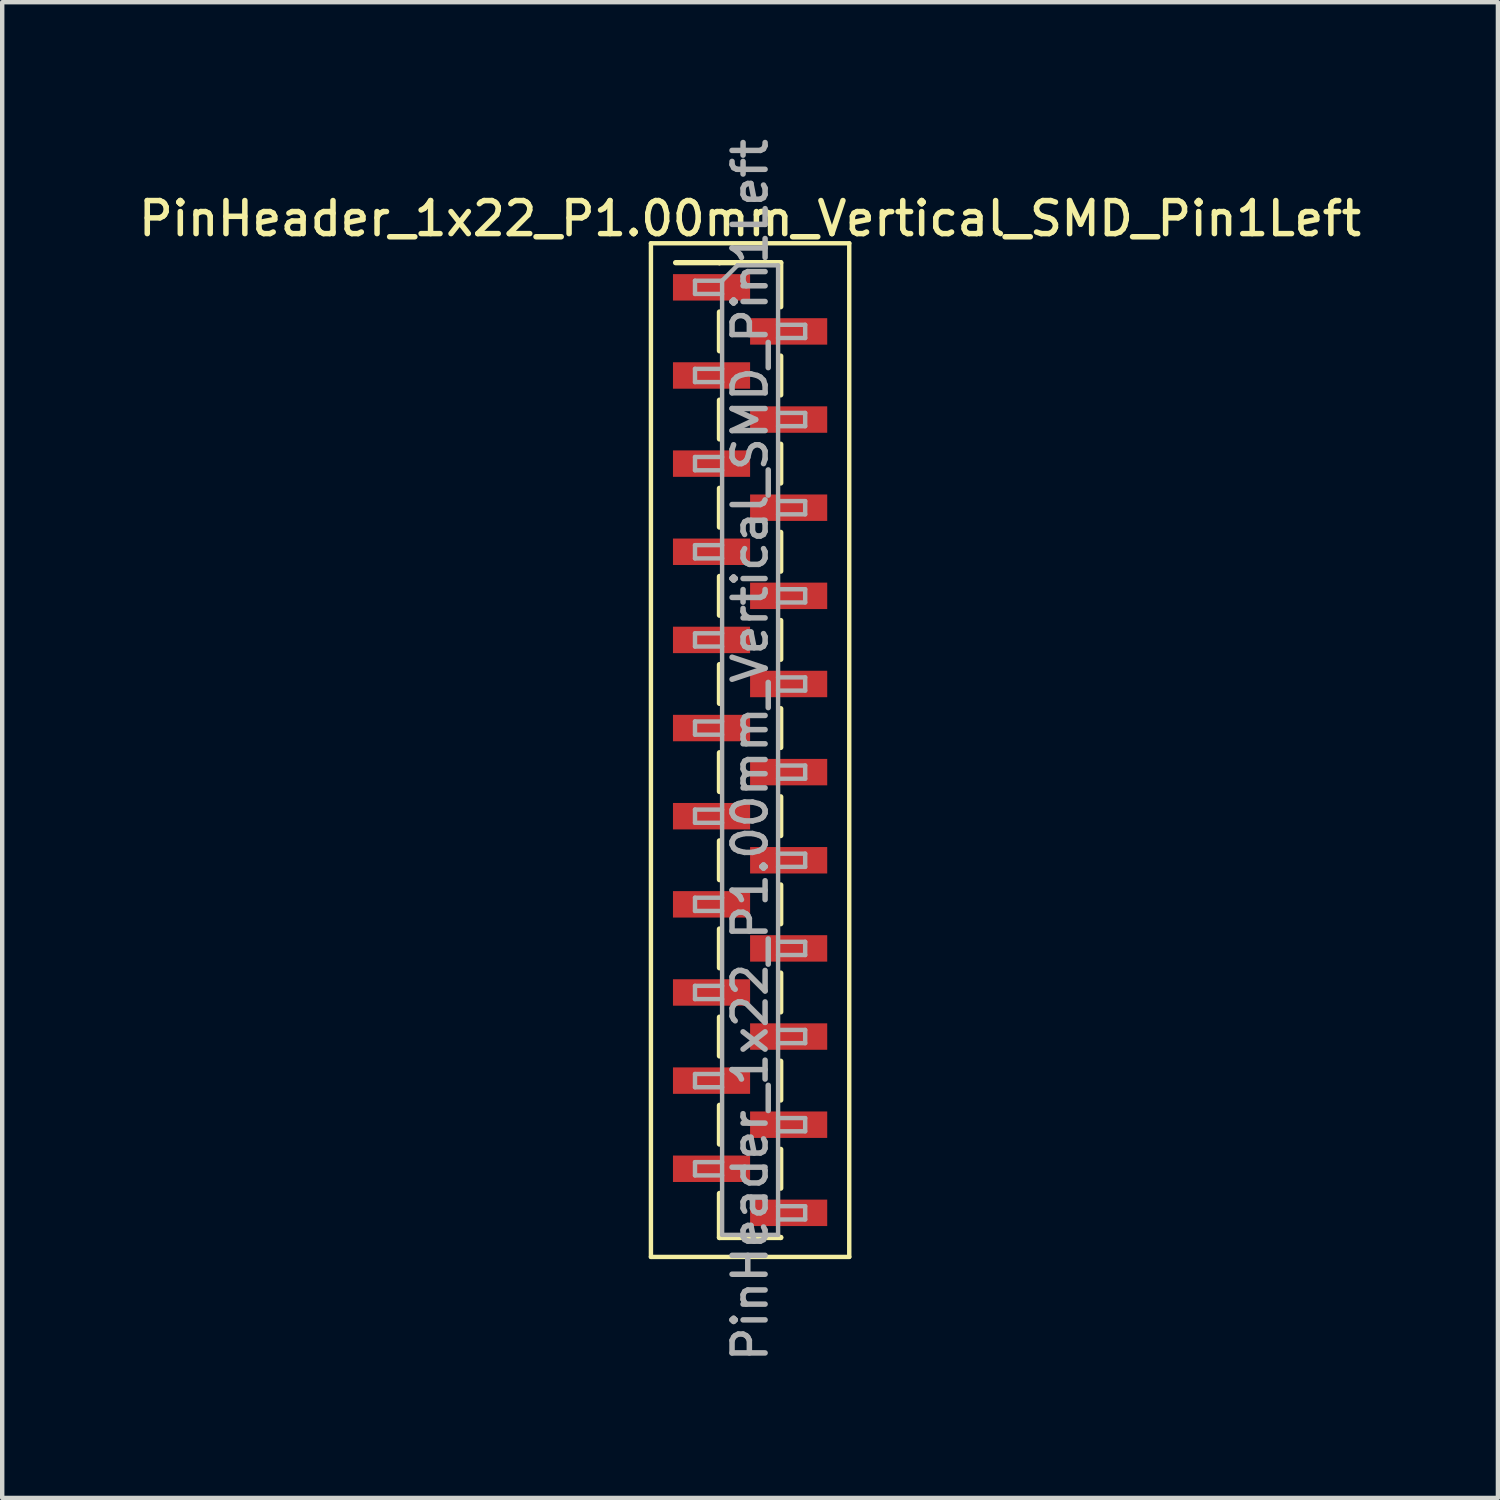
<source format=kicad_pcb>
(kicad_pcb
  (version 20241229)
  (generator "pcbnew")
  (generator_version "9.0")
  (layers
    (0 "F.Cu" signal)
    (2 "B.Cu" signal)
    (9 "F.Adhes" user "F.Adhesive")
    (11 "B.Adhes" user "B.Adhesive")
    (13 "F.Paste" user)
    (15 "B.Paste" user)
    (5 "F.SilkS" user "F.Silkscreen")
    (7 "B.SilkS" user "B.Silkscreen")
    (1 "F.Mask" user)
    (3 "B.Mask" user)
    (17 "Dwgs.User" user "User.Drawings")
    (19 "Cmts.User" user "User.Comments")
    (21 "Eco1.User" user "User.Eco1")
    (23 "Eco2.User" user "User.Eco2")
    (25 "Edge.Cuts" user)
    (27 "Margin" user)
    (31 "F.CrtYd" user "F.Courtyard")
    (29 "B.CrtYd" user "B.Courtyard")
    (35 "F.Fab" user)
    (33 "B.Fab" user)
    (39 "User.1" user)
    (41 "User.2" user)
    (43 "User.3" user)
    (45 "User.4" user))
  (footprint "PinHeader_1x22_P1.00mm_Vertical_SMD_Pin1Left"
    (layer "F.Cu")
    (at 13.97 13.97)
    (property "Reference" "PinHeader_1x22_P1.00mm_Vertical_SMD_Pin1Left" (at 0 -12.06 0) (layer "F.SilkS") (effects (font (size 0.75 0.75) (thickness 0.125))))
    (attr smd)
    (fp_line (start -2.25 -11.5) (end -2.25 11.5) (stroke (width 0.1) (type solid)) (layer "F.SilkS"))
    (fp_line (start -2.25 11.5) (end 2.25 11.5) (stroke (width 0.1) (type solid)) (layer "F.SilkS"))
    (fp_line (start -0.695 -11.06) (end -1.69 -11.06) (stroke (width 0.12) (type solid)) (layer "F.SilkS"))
    (fp_line (start -0.695 -11.06) (end -0.695 -11.06) (stroke (width 0.12) (type solid)) (layer "F.SilkS"))
    (fp_line (start -0.695 -11.06) (end 0.695 -11.06) (stroke (width 0.12) (type solid)) (layer "F.SilkS"))
    (fp_line (start -0.695 -9.94) (end -0.695 -9.06) (stroke (width 0.12) (type solid)) (layer "F.SilkS"))
    (fp_line (start -0.695 -7.94) (end -0.695 -7.06) (stroke (width 0.12) (type solid)) (layer "F.SilkS"))
    (fp_line (start -0.695 -5.94) (end -0.695 -5.06) (stroke (width 0.12) (type solid)) (layer "F.SilkS"))
    (fp_line (start -0.695 -3.94) (end -0.695 -3.06) (stroke (width 0.12) (type solid)) (layer "F.SilkS"))
    (fp_line (start -0.695 -1.94) (end -0.695 -1.06) (stroke (width 0.12) (type solid)) (layer "F.SilkS"))
    (fp_line (start -0.695 0.06) (end -0.695 0.94) (stroke (width 0.12) (type solid)) (layer "F.SilkS"))
    (fp_line (start -0.695 2.06) (end -0.695 2.94) (stroke (width 0.12) (type solid)) (layer "F.SilkS"))
    (fp_line (start -0.695 4.06) (end -0.695 4.94) (stroke (width 0.12) (type solid)) (layer "F.SilkS"))
    (fp_line (start -0.695 6.06) (end -0.695 6.94) (stroke (width 0.12) (type solid)) (layer "F.SilkS"))
    (fp_line (start -0.695 8.06) (end -0.695 8.94) (stroke (width 0.12) (type solid)) (layer "F.SilkS"))
    (fp_line (start -0.695 10.06) (end -0.695 11.06) (stroke (width 0.12) (type solid)) (layer "F.SilkS"))
    (fp_line (start -0.695 11.06) (end 0.695 11.06) (stroke (width 0.12) (type solid)) (layer "F.SilkS"))
    (fp_line (start 0.695 -11.06) (end 0.695 -10.06) (stroke (width 0.12) (type solid)) (layer "F.SilkS"))
    (fp_line (start 0.695 -8.94) (end 0.695 -8.06) (stroke (width 0.12) (type solid)) (layer "F.SilkS"))
    (fp_line (start 0.695 -6.94) (end 0.695 -6.06) (stroke (width 0.12) (type solid)) (layer "F.SilkS"))
    (fp_line (start 0.695 -4.94) (end 0.695 -4.06) (stroke (width 0.12) (type solid)) (layer "F.SilkS"))
    (fp_line (start 0.695 -2.94) (end 0.695 -2.06) (stroke (width 0.12) (type solid)) (layer "F.SilkS"))
    (fp_line (start 0.695 -0.94) (end 0.695 -0.06) (stroke (width 0.12) (type solid)) (layer "F.SilkS"))
    (fp_line (start 0.695 1.06) (end 0.695 1.94) (stroke (width 0.12) (type solid)) (layer "F.SilkS"))
    (fp_line (start 0.695 3.06) (end 0.695 3.94) (stroke (width 0.12) (type solid)) (layer "F.SilkS"))
    (fp_line (start 0.695 5.06) (end 0.695 5.94) (stroke (width 0.12) (type solid)) (layer "F.SilkS"))
    (fp_line (start 0.695 7.06) (end 0.695 7.94) (stroke (width 0.12) (type solid)) (layer "F.SilkS"))
    (fp_line (start 0.695 9.06) (end 0.695 9.94) (stroke (width 0.12) (type solid)) (layer "F.SilkS"))
    (fp_line (start 0.695 11.06) (end 0.695 11.06) (stroke (width 0.12) (type solid)) (layer "F.SilkS"))
    (fp_line (start 2.25 -11.5) (end -2.25 -11.5) (stroke (width 0.1) (type solid)) (layer "F.SilkS"))
    (fp_line (start 2.25 11.5) (end 2.25 -11.5) (stroke (width 0.1) (type solid)) (layer "F.SilkS"))
    (fp_line (start -1.25 -10.65) (end -1.25 -10.35) (stroke (width 0.1) (type solid)) (layer "F.Fab"))
    (fp_line (start -1.25 -10.35) (end -0.635 -10.35) (stroke (width 0.1) (type solid)) (layer "F.Fab"))
    (fp_line (start -1.25 -8.65) (end -1.25 -8.35) (stroke (width 0.1) (type solid)) (layer "F.Fab"))
    (fp_line (start -1.25 -8.35) (end -0.635 -8.35) (stroke (width 0.1) (type solid)) (layer "F.Fab"))
    (fp_line (start -1.25 -6.65) (end -1.25 -6.35) (stroke (width 0.1) (type solid)) (layer "F.Fab"))
    (fp_line (start -1.25 -6.35) (end -0.635 -6.35) (stroke (width 0.1) (type solid)) (layer "F.Fab"))
    (fp_line (start -1.25 -4.65) (end -1.25 -4.35) (stroke (width 0.1) (type solid)) (layer "F.Fab"))
    (fp_line (start -1.25 -4.35) (end -0.635 -4.35) (stroke (width 0.1) (type solid)) (layer "F.Fab"))
    (fp_line (start -1.25 -2.65) (end -1.25 -2.35) (stroke (width 0.1) (type solid)) (layer "F.Fab"))
    (fp_line (start -1.25 -2.35) (end -0.635 -2.35) (stroke (width 0.1) (type solid)) (layer "F.Fab"))
    (fp_line (start -1.25 -0.65) (end -1.25 -0.35) (stroke (width 0.1) (type solid)) (layer "F.Fab"))
    (fp_line (start -1.25 -0.35) (end -0.635 -0.35) (stroke (width 0.1) (type solid)) (layer "F.Fab"))
    (fp_line (start -1.25 1.35) (end -1.25 1.65) (stroke (width 0.1) (type solid)) (layer "F.Fab"))
    (fp_line (start -1.25 1.65) (end -0.635 1.65) (stroke (width 0.1) (type solid)) (layer "F.Fab"))
    (fp_line (start -1.25 3.35) (end -1.25 3.65) (stroke (width 0.1) (type solid)) (layer "F.Fab"))
    (fp_line (start -1.25 3.65) (end -0.635 3.65) (stroke (width 0.1) (type solid)) (layer "F.Fab"))
    (fp_line (start -1.25 5.35) (end -1.25 5.65) (stroke (width 0.1) (type solid)) (layer "F.Fab"))
    (fp_line (start -1.25 5.65) (end -0.635 5.65) (stroke (width 0.1) (type solid)) (layer "F.Fab"))
    (fp_line (start -1.25 7.35) (end -1.25 7.65) (stroke (width 0.1) (type solid)) (layer "F.Fab"))
    (fp_line (start -1.25 7.65) (end -0.635 7.65) (stroke (width 0.1) (type solid)) (layer "F.Fab"))
    (fp_line (start -1.25 9.35) (end -1.25 9.65) (stroke (width 0.1) (type solid)) (layer "F.Fab"))
    (fp_line (start -1.25 9.65) (end -0.635 9.65) (stroke (width 0.1) (type solid)) (layer "F.Fab"))
    (fp_line (start -0.635 -10.65) (end -1.25 -10.65) (stroke (width 0.1) (type solid)) (layer "F.Fab"))
    (fp_line (start -0.635 -10.65) (end -0.285 -11) (stroke (width 0.1) (type solid)) (layer "F.Fab"))
    (fp_line (start -0.635 -8.65) (end -1.25 -8.65) (stroke (width 0.1) (type solid)) (layer "F.Fab"))
    (fp_line (start -0.635 -6.65) (end -1.25 -6.65) (stroke (width 0.1) (type solid)) (layer "F.Fab"))
    (fp_line (start -0.635 -4.65) (end -1.25 -4.65) (stroke (width 0.1) (type solid)) (layer "F.Fab"))
    (fp_line (start -0.635 -2.65) (end -1.25 -2.65) (stroke (width 0.1) (type solid)) (layer "F.Fab"))
    (fp_line (start -0.635 -0.65) (end -1.25 -0.65) (stroke (width 0.1) (type solid)) (layer "F.Fab"))
    (fp_line (start -0.635 1.35) (end -1.25 1.35) (stroke (width 0.1) (type solid)) (layer "F.Fab"))
    (fp_line (start -0.635 3.35) (end -1.25 3.35) (stroke (width 0.1) (type solid)) (layer "F.Fab"))
    (fp_line (start -0.635 5.35) (end -1.25 5.35) (stroke (width 0.1) (type solid)) (layer "F.Fab"))
    (fp_line (start -0.635 7.35) (end -1.25 7.35) (stroke (width 0.1) (type solid)) (layer "F.Fab"))
    (fp_line (start -0.635 9.35) (end -1.25 9.35) (stroke (width 0.1) (type solid)) (layer "F.Fab"))
    (fp_line (start -0.635 11) (end -0.635 -10.65) (stroke (width 0.1) (type solid)) (layer "F.Fab"))
    (fp_line (start -0.285 -11) (end 0.635 -11) (stroke (width 0.1) (type solid)) (layer "F.Fab"))
    (fp_line (start 0.635 -11) (end 0.635 11) (stroke (width 0.1) (type solid)) (layer "F.Fab"))
    (fp_line (start 0.635 -9.65) (end 1.25 -9.65) (stroke (width 0.1) (type solid)) (layer "F.Fab"))
    (fp_line (start 0.635 -7.65) (end 1.25 -7.65) (stroke (width 0.1) (type solid)) (layer "F.Fab"))
    (fp_line (start 0.635 -5.65) (end 1.25 -5.65) (stroke (width 0.1) (type solid)) (layer "F.Fab"))
    (fp_line (start 0.635 -3.65) (end 1.25 -3.65) (stroke (width 0.1) (type solid)) (layer "F.Fab"))
    (fp_line (start 0.635 -1.65) (end 1.25 -1.65) (stroke (width 0.1) (type solid)) (layer "F.Fab"))
    (fp_line (start 0.635 0.35) (end 1.25 0.35) (stroke (width 0.1) (type solid)) (layer "F.Fab"))
    (fp_line (start 0.635 2.35) (end 1.25 2.35) (stroke (width 0.1) (type solid)) (layer "F.Fab"))
    (fp_line (start 0.635 4.35) (end 1.25 4.35) (stroke (width 0.1) (type solid)) (layer "F.Fab"))
    (fp_line (start 0.635 6.35) (end 1.25 6.35) (stroke (width 0.1) (type solid)) (layer "F.Fab"))
    (fp_line (start 0.635 8.35) (end 1.25 8.35) (stroke (width 0.1) (type solid)) (layer "F.Fab"))
    (fp_line (start 0.635 10.35) (end 1.25 10.35) (stroke (width 0.1) (type solid)) (layer "F.Fab"))
    (fp_line (start 0.635 11) (end -0.635 11) (stroke (width 0.1) (type solid)) (layer "F.Fab"))
    (fp_line (start 1.25 -9.65) (end 1.25 -9.35) (stroke (width 0.1) (type solid)) (layer "F.Fab"))
    (fp_line (start 1.25 -9.35) (end 0.635 -9.35) (stroke (width 0.1) (type solid)) (layer "F.Fab"))
    (fp_line (start 1.25 -7.65) (end 1.25 -7.35) (stroke (width 0.1) (type solid)) (layer "F.Fab"))
    (fp_line (start 1.25 -7.35) (end 0.635 -7.35) (stroke (width 0.1) (type solid)) (layer "F.Fab"))
    (fp_line (start 1.25 -5.65) (end 1.25 -5.35) (stroke (width 0.1) (type solid)) (layer "F.Fab"))
    (fp_line (start 1.25 -5.35) (end 0.635 -5.35) (stroke (width 0.1) (type solid)) (layer "F.Fab"))
    (fp_line (start 1.25 -3.65) (end 1.25 -3.35) (stroke (width 0.1) (type solid)) (layer "F.Fab"))
    (fp_line (start 1.25 -3.35) (end 0.635 -3.35) (stroke (width 0.1) (type solid)) (layer "F.Fab"))
    (fp_line (start 1.25 -1.65) (end 1.25 -1.35) (stroke (width 0.1) (type solid)) (layer "F.Fab"))
    (fp_line (start 1.25 -1.35) (end 0.635 -1.35) (stroke (width 0.1) (type solid)) (layer "F.Fab"))
    (fp_line (start 1.25 0.35) (end 1.25 0.65) (stroke (width 0.1) (type solid)) (layer "F.Fab"))
    (fp_line (start 1.25 0.65) (end 0.635 0.65) (stroke (width 0.1) (type solid)) (layer "F.Fab"))
    (fp_line (start 1.25 2.35) (end 1.25 2.65) (stroke (width 0.1) (type solid)) (layer "F.Fab"))
    (fp_line (start 1.25 2.65) (end 0.635 2.65) (stroke (width 0.1) (type solid)) (layer "F.Fab"))
    (fp_line (start 1.25 4.35) (end 1.25 4.65) (stroke (width 0.1) (type solid)) (layer "F.Fab"))
    (fp_line (start 1.25 4.65) (end 0.635 4.65) (stroke (width 0.1) (type solid)) (layer "F.Fab"))
    (fp_line (start 1.25 6.35) (end 1.25 6.65) (stroke (width 0.1) (type solid)) (layer "F.Fab"))
    (fp_line (start 1.25 6.65) (end 0.635 6.65) (stroke (width 0.1) (type solid)) (layer "F.Fab"))
    (fp_line (start 1.25 8.35) (end 1.25 8.65) (stroke (width 0.1) (type solid)) (layer "F.Fab"))
    (fp_line (start 1.25 8.65) (end 0.635 8.65) (stroke (width 0.1) (type solid)) (layer "F.Fab"))
    (fp_line (start 1.25 10.35) (end 1.25 10.65) (stroke (width 0.1) (type solid)) (layer "F.Fab"))
    (fp_line (start 1.25 10.65) (end 0.635 10.65) (stroke (width 0.1) (type solid)) (layer "F.Fab"))
    (fp_text user "${REFERENCE}" (at 0 0 90) (layer "F.Fab") (effects (font (size 0.75 0.75) (thickness 0.125))))
    (pad "1" smd rect (at -0.875 -10.5) (size 1.75 0.6) (layers "F.Cu" "F.Mask" "F.Paste"))
    (pad "2" smd rect (at 0.875 -9.5) (size 1.75 0.6) (layers "F.Cu" "F.Mask" "F.Paste"))
    (pad "3" smd rect (at -0.875 -8.5) (size 1.75 0.6) (layers "F.Cu" "F.Mask" "F.Paste"))
    (pad "4" smd rect (at 0.875 -7.5) (size 1.75 0.6) (layers "F.Cu" "F.Mask" "F.Paste"))
    (pad "5" smd rect (at -0.875 -6.5) (size 1.75 0.6) (layers "F.Cu" "F.Mask" "F.Paste"))
    (pad "6" smd rect (at 0.875 -5.5) (size 1.75 0.6) (layers "F.Cu" "F.Mask" "F.Paste"))
    (pad "7" smd rect (at -0.875 -4.5) (size 1.75 0.6) (layers "F.Cu" "F.Mask" "F.Paste"))
    (pad "8" smd rect (at 0.875 -3.5) (size 1.75 0.6) (layers "F.Cu" "F.Mask" "F.Paste"))
    (pad "9" smd rect (at -0.875 -2.5) (size 1.75 0.6) (layers "F.Cu" "F.Mask" "F.Paste"))
    (pad "10" smd rect (at 0.875 -1.5) (size 1.75 0.6) (layers "F.Cu" "F.Mask" "F.Paste"))
    (pad "11" smd rect (at -0.875 -0.5) (size 1.75 0.6) (layers "F.Cu" "F.Mask" "F.Paste"))
    (pad "12" smd rect (at 0.875 0.5) (size 1.75 0.6) (layers "F.Cu" "F.Mask" "F.Paste"))
    (pad "13" smd rect (at -0.875 1.5) (size 1.75 0.6) (layers "F.Cu" "F.Mask" "F.Paste"))
    (pad "14" smd rect (at 0.875 2.5) (size 1.75 0.6) (layers "F.Cu" "F.Mask" "F.Paste"))
    (pad "15" smd rect (at -0.875 3.5) (size 1.75 0.6) (layers "F.Cu" "F.Mask" "F.Paste"))
    (pad "16" smd rect (at 0.875 4.5) (size 1.75 0.6) (layers "F.Cu" "F.Mask" "F.Paste"))
    (pad "17" smd rect (at -0.875 5.5) (size 1.75 0.6) (layers "F.Cu" "F.Mask" "F.Paste"))
    (pad "18" smd rect (at 0.875 6.5) (size 1.75 0.6) (layers "F.Cu" "F.Mask" "F.Paste"))
    (pad "19" smd rect (at -0.875 7.5) (size 1.75 0.6) (layers "F.Cu" "F.Mask" "F.Paste"))
    (pad "20" smd rect (at 0.875 8.5) (size 1.75 0.6) (layers "F.Cu" "F.Mask" "F.Paste"))
    (pad "21" smd rect (at -0.875 9.5) (size 1.75 0.6) (layers "F.Cu" "F.Mask" "F.Paste"))
    (pad "22" smd rect (at 0.875 10.5) (size 1.75 0.6) (layers "F.Cu" "F.Mask" "F.Paste")))
  (gr_rect
    (start -3 -3)
    (end 30.939 30.939)
    (stroke (width 0.1) (type default))
    (fill no)
    (layer "Edge.Cuts")))
</source>
